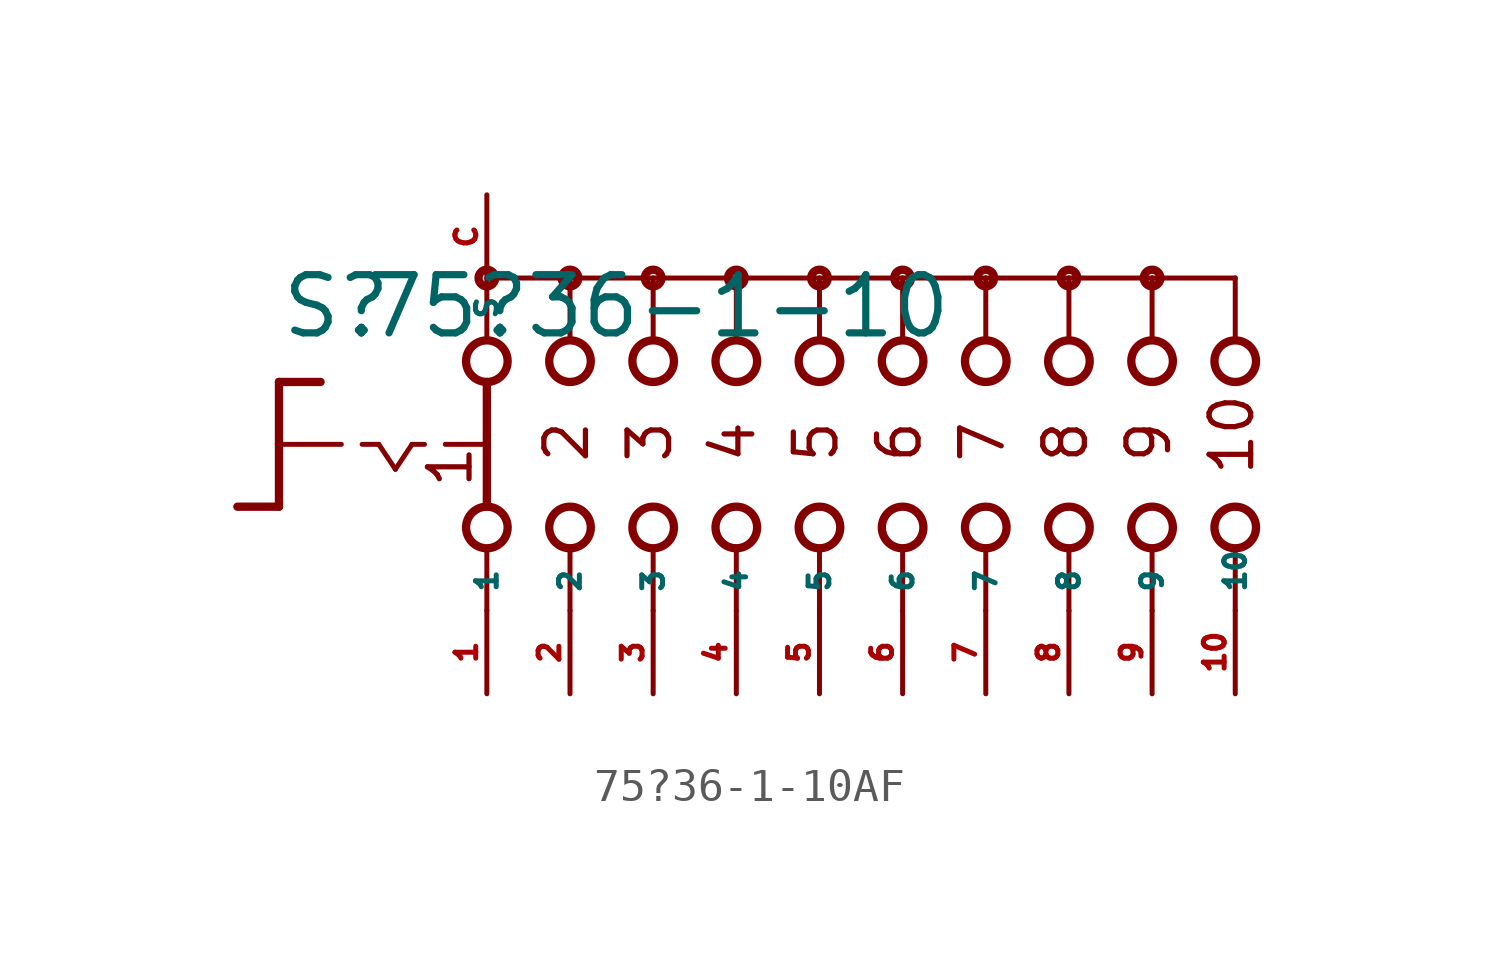
<source format=kicad_sym>
(kicad_symbol_lib
  (version 20220914)
  (generator Eagle2Kicad)
  (symbol "75?36-1-10AF"
    (property "Reference" "S"
      (at -16.51 3.175 0)
      (effects (font (size 1.778 1.778) (thickness 0.22)) (justify left bottom)))
    (property "Value" "75?36-1-10"
      (at -13.97 3.175 0)
      (effects (font (size 1.778 1.778) (thickness 0.22)) (justify left bottom)))
    (polyline
      (pts (xy -16.51 1.905) (xy -15.24 1.905))
      (stroke (width 0.254) (type default))
      (fill (type none)))
    (polyline
      (pts (xy -16.51 1.905) (xy -16.51 0))
      (stroke (width 0.254) (type default))
      (fill (type none)))
    (polyline
      (pts (xy -16.51 -1.905) (xy -17.78 -1.905))
      (stroke (width 0.254) (type default))
      (fill (type none)))
    (polyline
      (pts (xy -16.51 0) (xy -14.605 0))
      (stroke (width 0.152) (type default))
      (fill (type none)))
    (polyline
      (pts (xy -16.51 0) (xy -16.51 -1.905))
      (stroke (width 0.254) (type default))
      (fill (type none)))
    (polyline
      (pts (xy -13.97 0) (xy -13.462 0))
      (stroke (width 0.152) (type default))
      (fill (type none)))
    (polyline
      (pts (xy -12.446 0) (xy -12.065 0))
      (stroke (width 0.152) (type default))
      (fill (type none)))
    (polyline
      (pts (xy -11.43 0) (xy -10.287 0))
      (stroke (width 0.152) (type default))
      (fill (type none)))
    (polyline
      (pts (xy -13.462 0) (xy -12.954 -0.762))
      (stroke (width 0.152) (type default))
      (fill (type none)))
    (polyline
      (pts (xy -12.954 -0.762) (xy -12.446 0))
      (stroke (width 0.152) (type default))
      (fill (type none)))
    (polyline
      (pts (xy -7.62 3.175) (xy -7.62 5.08))
      (stroke (width 0.152) (type default))
      (fill (type none)))
    (polyline
      (pts (xy -5.08 3.175) (xy -5.08 5.08))
      (stroke (width 0.152) (type default))
      (fill (type none)))
    (polyline
      (pts (xy -2.54 3.175) (xy -2.54 5.08))
      (stroke (width 0.152) (type default))
      (fill (type none)))
    (polyline
      (pts (xy -7.62 -5.08) (xy -7.62 -3.175))
      (stroke (width 0.152) (type default))
      (fill (type none)))
    (polyline
      (pts (xy -5.08 -5.08) (xy -5.08 -3.175))
      (stroke (width 0.152) (type default))
      (fill (type none)))
    (polyline
      (pts (xy -2.54 -5.08) (xy -2.54 -3.175))
      (stroke (width 0.152) (type default))
      (fill (type none)))
    (polyline
      (pts (xy -5.08 5.08) (xy -7.62 5.08))
      (stroke (width 0.152) (type default))
      (fill (type none)))
    (polyline
      (pts (xy -5.08 5.08) (xy -2.54 5.08))
      (stroke (width 0.152) (type default))
      (fill (type none)))
    (polyline
      (pts (xy 0 -5.08) (xy 0 -3.175))
      (stroke (width 0.152) (type default))
      (fill (type none)))
    (polyline
      (pts (xy 2.54 -5.08) (xy 2.54 -3.175))
      (stroke (width 0.152) (type default))
      (fill (type none)))
    (polyline
      (pts (xy 0 3.175) (xy 0 5.08))
      (stroke (width 0.152) (type default))
      (fill (type none)))
    (polyline
      (pts (xy 2.54 3.175) (xy 2.54 5.08))
      (stroke (width 0.152) (type default))
      (fill (type none)))
    (polyline
      (pts (xy -2.54 5.08) (xy 0 5.08))
      (stroke (width 0.152) (type default))
      (fill (type none)))
    (polyline
      (pts (xy 0 5.08) (xy 2.54 5.08))
      (stroke (width 0.152) (type default))
      (fill (type none)))
    (polyline
      (pts (xy -10.16 5.08) (xy -10.16 3.175))
      (stroke (width 0.152) (type default))
      (fill (type none)))
    (polyline
      (pts (xy -10.16 1.905) (xy -10.16 -1.905))
      (stroke (width 0.254) (type default))
      (fill (type none)))
    (polyline
      (pts (xy -10.16 -3.175) (xy -10.16 -5.08))
      (stroke (width 0.152) (type default))
      (fill (type none)))
    (polyline
      (pts (xy -7.62 5.08) (xy -10.16 5.08))
      (stroke (width 0.152) (type default))
      (fill (type none)))
    (polyline
      (pts (xy 2.54 5.08) (xy 5.08 5.08))
      (stroke (width 0.152) (type default))
      (fill (type none)))
    (polyline
      (pts (xy 5.08 3.175) (xy 5.08 5.08))
      (stroke (width 0.152) (type default))
      (fill (type none)))
    (polyline
      (pts (xy 5.08 -5.08) (xy 5.08 -3.175))
      (stroke (width 0.152) (type default))
      (fill (type none)))
    (polyline
      (pts (xy 7.62 3.175) (xy 7.62 5.08))
      (stroke (width 0.152) (type default))
      (fill (type none)))
    (polyline
      (pts (xy 10.16 3.175) (xy 10.16 5.08))
      (stroke (width 0.152) (type default))
      (fill (type none)))
    (polyline
      (pts (xy 12.7 3.175) (xy 12.7 5.08))
      (stroke (width 0.152) (type default))
      (fill (type none)))
    (polyline
      (pts (xy 5.08 5.08) (xy 7.62 5.08))
      (stroke (width 0.152) (type default))
      (fill (type none)))
    (polyline
      (pts (xy 7.62 5.08) (xy 10.16 5.08))
      (stroke (width 0.152) (type default))
      (fill (type none)))
    (polyline
      (pts (xy 10.16 5.08) (xy 12.7 5.08))
      (stroke (width 0.152) (type default))
      (fill (type none)))
    (polyline
      (pts (xy 7.62 -5.08) (xy 7.62 -3.175))
      (stroke (width 0.152) (type default))
      (fill (type none)))
    (polyline
      (pts (xy 10.16 -5.08) (xy 10.16 -3.175))
      (stroke (width 0.152) (type default))
      (fill (type none)))
    (polyline
      (pts (xy 12.7 -5.08) (xy 12.7 -3.175))
      (stroke (width 0.152) (type default))
      (fill (type none)))
    (text "1"
      (at -10.541 -1.397 900)
      (effects (font (size 1.27 1.27) (thickness 0.16)) (justify left bottom)))
    (text "2"
      (at -6.985 -0.635 900)
      (effects (font (size 1.27 1.27) (thickness 0.16)) (justify left bottom)))
    (text "3"
      (at -4.445 -0.635 900)
      (effects (font (size 1.27 1.27) (thickness 0.16)) (justify left bottom)))
    (text "4"
      (at -1.905 -0.635 900)
      (effects (font (size 1.27 1.27) (thickness 0.16)) (justify left bottom)))
    (text "5"
      (at 0.635 -0.635 900)
      (effects (font (size 1.27 1.27) (thickness 0.16)) (justify left bottom)))
    (text "6"
      (at 3.175 -0.635 900)
      (effects (font (size 1.27 1.27) (thickness 0.16)) (justify left bottom)))
    (text "7"
      (at 5.715 -0.635 900)
      (effects (font (size 1.27 1.27) (thickness 0.16)) (justify left bottom)))
    (text "8"
      (at 8.255 -0.635 900)
      (effects (font (size 1.27 1.27) (thickness 0.16)) (justify left bottom)))
    (text "9"
      (at 10.795 -0.635 900)
      (effects (font (size 1.27 1.27) (thickness 0.16)) (justify left bottom)))
    (text "10"
      (at 13.335 -1.016 900)
      (effects (font (size 1.27 1.27) (thickness 0.16)) (justify left bottom)))
    (circle
      (center -5.08 5.08)
      (radius 0.254)
      (stroke (width 0.254) (type default))
      (fill (type none)))
    (circle
      (center -2.54 5.08)
      (radius 0.254)
      (stroke (width 0.254) (type default))
      (fill (type none)))
    (circle
      (center 2.54 5.08)
      (radius 0.254)
      (stroke (width 0.254) (type default))
      (fill (type none)))
    (circle
      (center -10.16 5.08)
      (radius 0.254)
      (stroke (width 0.254) (type default))
      (fill (type none)))
    (circle
      (center -7.62 5.08)
      (radius 0.254)
      (stroke (width 0.254) (type default))
      (fill (type none)))
    (circle
      (center -10.16 2.54)
      (radius 0.635)
      (stroke (width 0.254) (type default))
      (fill (type none)))
    (circle
      (center -7.62 2.54)
      (radius 0.635)
      (stroke (width 0.254) (type default))
      (fill (type none)))
    (circle
      (center -5.08 2.54)
      (radius 0.635)
      (stroke (width 0.254) (type default))
      (fill (type none)))
    (circle
      (center -10.16 -2.54)
      (radius 0.635)
      (stroke (width 0.254) (type default))
      (fill (type none)))
    (circle
      (center -7.62 -2.54)
      (radius 0.635)
      (stroke (width 0.254) (type default))
      (fill (type none)))
    (circle
      (center -5.08 -2.54)
      (radius 0.635)
      (stroke (width 0.254) (type default))
      (fill (type none)))
    (circle
      (center 0 5.08)
      (radius 0.254)
      (stroke (width 0.254) (type default))
      (fill (type none)))
    (circle
      (center -2.54 2.54)
      (radius 0.635)
      (stroke (width 0.254) (type default))
      (fill (type none)))
    (circle
      (center 0 2.54)
      (radius 0.635)
      (stroke (width 0.254) (type default))
      (fill (type none)))
    (circle
      (center -2.54 -2.54)
      (radius 0.635)
      (stroke (width 0.254) (type default))
      (fill (type none)))
    (circle
      (center 0 -2.54)
      (radius 0.635)
      (stroke (width 0.254) (type default))
      (fill (type none)))
    (circle
      (center 2.54 2.54)
      (radius 0.635)
      (stroke (width 0.254) (type default))
      (fill (type none)))
    (circle
      (center 2.54 -2.54)
      (radius 0.635)
      (stroke (width 0.254) (type default))
      (fill (type none)))
    (circle
      (center 5.08 5.08)
      (radius 0.254)
      (stroke (width 0.254) (type default))
      (fill (type none)))
    (circle
      (center 5.08 2.54)
      (radius 0.635)
      (stroke (width 0.254) (type default))
      (fill (type none)))
    (circle
      (center 5.08 -2.54)
      (radius 0.635)
      (stroke (width 0.254) (type default))
      (fill (type none)))
    (circle
      (center 7.62 2.54)
      (radius 0.635)
      (stroke (width 0.254) (type default))
      (fill (type none)))
    (circle
      (center 10.16 2.54)
      (radius 0.635)
      (stroke (width 0.254) (type default))
      (fill (type none)))
    (circle
      (center 12.7 2.54)
      (radius 0.635)
      (stroke (width 0.254) (type default))
      (fill (type none)))
    (circle
      (center 7.62 5.08)
      (radius 0.254)
      (stroke (width 0.254) (type default))
      (fill (type none)))
    (circle
      (center 10.16 5.08)
      (radius 0.254)
      (stroke (width 0.254) (type default))
      (fill (type none)))
    (circle
      (center 7.62 -2.54)
      (radius 0.635)
      (stroke (width 0.254) (type default))
      (fill (type none)))
    (circle
      (center 10.16 -2.54)
      (radius 0.635)
      (stroke (width 0.254) (type default))
      (fill (type none)))
    (circle
      (center 12.7 -2.54)
      (radius 0.635)
      (stroke (width 0.254) (type default))
      (fill (type none)))
    (pin passive line
      (at -10.16 -7.62 90)
      (length 2.54)
      (name "1" (effects (font (size 0.635 0.635) (thickness 0.08)) (justify left bottom)))
      (number "1" (effects (font (size 0.635 0.635) (thickness 0.08)) (justify left bottom))))
    (pin passive line
      (at -10.16 7.62 270)
      (length 2.54)
      (name "S" (effects (font (size 0.635 0.635) (thickness 0.08)) (justify left bottom)))
      (number "C" (effects (font (size 0.635 0.635) (thickness 0.08)) (justify left bottom))))
    (pin passive line
      (at -7.62 -7.62 90)
      (length 2.54)
      (name "2" (effects (font (size 0.635 0.635) (thickness 0.08)) (justify left bottom)))
      (number "2" (effects (font (size 0.635 0.635) (thickness 0.08)) (justify left bottom))))
    (pin passive line
      (at -5.08 -7.62 90)
      (length 2.54)
      (name "3" (effects (font (size 0.635 0.635) (thickness 0.08)) (justify left bottom)))
      (number "3" (effects (font (size 0.635 0.635) (thickness 0.08)) (justify left bottom))))
    (pin passive line
      (at -2.54 -7.62 90)
      (length 2.54)
      (name "4" (effects (font (size 0.635 0.635) (thickness 0.08)) (justify left bottom)))
      (number "4" (effects (font (size 0.635 0.635) (thickness 0.08)) (justify left bottom))))
    (pin passive line
      (at 0 -7.62 90)
      (length 2.54)
      (name "5" (effects (font (size 0.635 0.635) (thickness 0.08)) (justify left bottom)))
      (number "5" (effects (font (size 0.635 0.635) (thickness 0.08)) (justify left bottom))))
    (pin passive line
      (at 2.54 -7.62 90)
      (length 2.54)
      (name "6" (effects (font (size 0.635 0.635) (thickness 0.08)) (justify left bottom)))
      (number "6" (effects (font (size 0.635 0.635) (thickness 0.08)) (justify left bottom))))
    (pin passive line
      (at 5.08 -7.62 90)
      (length 2.54)
      (name "7" (effects (font (size 0.635 0.635) (thickness 0.08)) (justify left bottom)))
      (number "7" (effects (font (size 0.635 0.635) (thickness 0.08)) (justify left bottom))))
    (pin passive line
      (at 7.62 -7.62 90)
      (length 2.54)
      (name "8" (effects (font (size 0.635 0.635) (thickness 0.08)) (justify left bottom)))
      (number "8" (effects (font (size 0.635 0.635) (thickness 0.08)) (justify left bottom))))
    (pin passive line
      (at 10.16 -7.62 90)
      (length 2.54)
      (name "9" (effects (font (size 0.635 0.635) (thickness 0.08)) (justify left bottom)))
      (number "9" (effects (font (size 0.635 0.635) (thickness 0.08)) (justify left bottom))))
    (pin passive line
      (at 12.7 -7.62 90)
      (length 2.54)
      (name "10" (effects (font (size 0.635 0.635) (thickness 0.08)) (justify left bottom)))
      (number "10" (effects (font (size 0.635 0.635) (thickness 0.08)) (justify left bottom))))))
</source>
